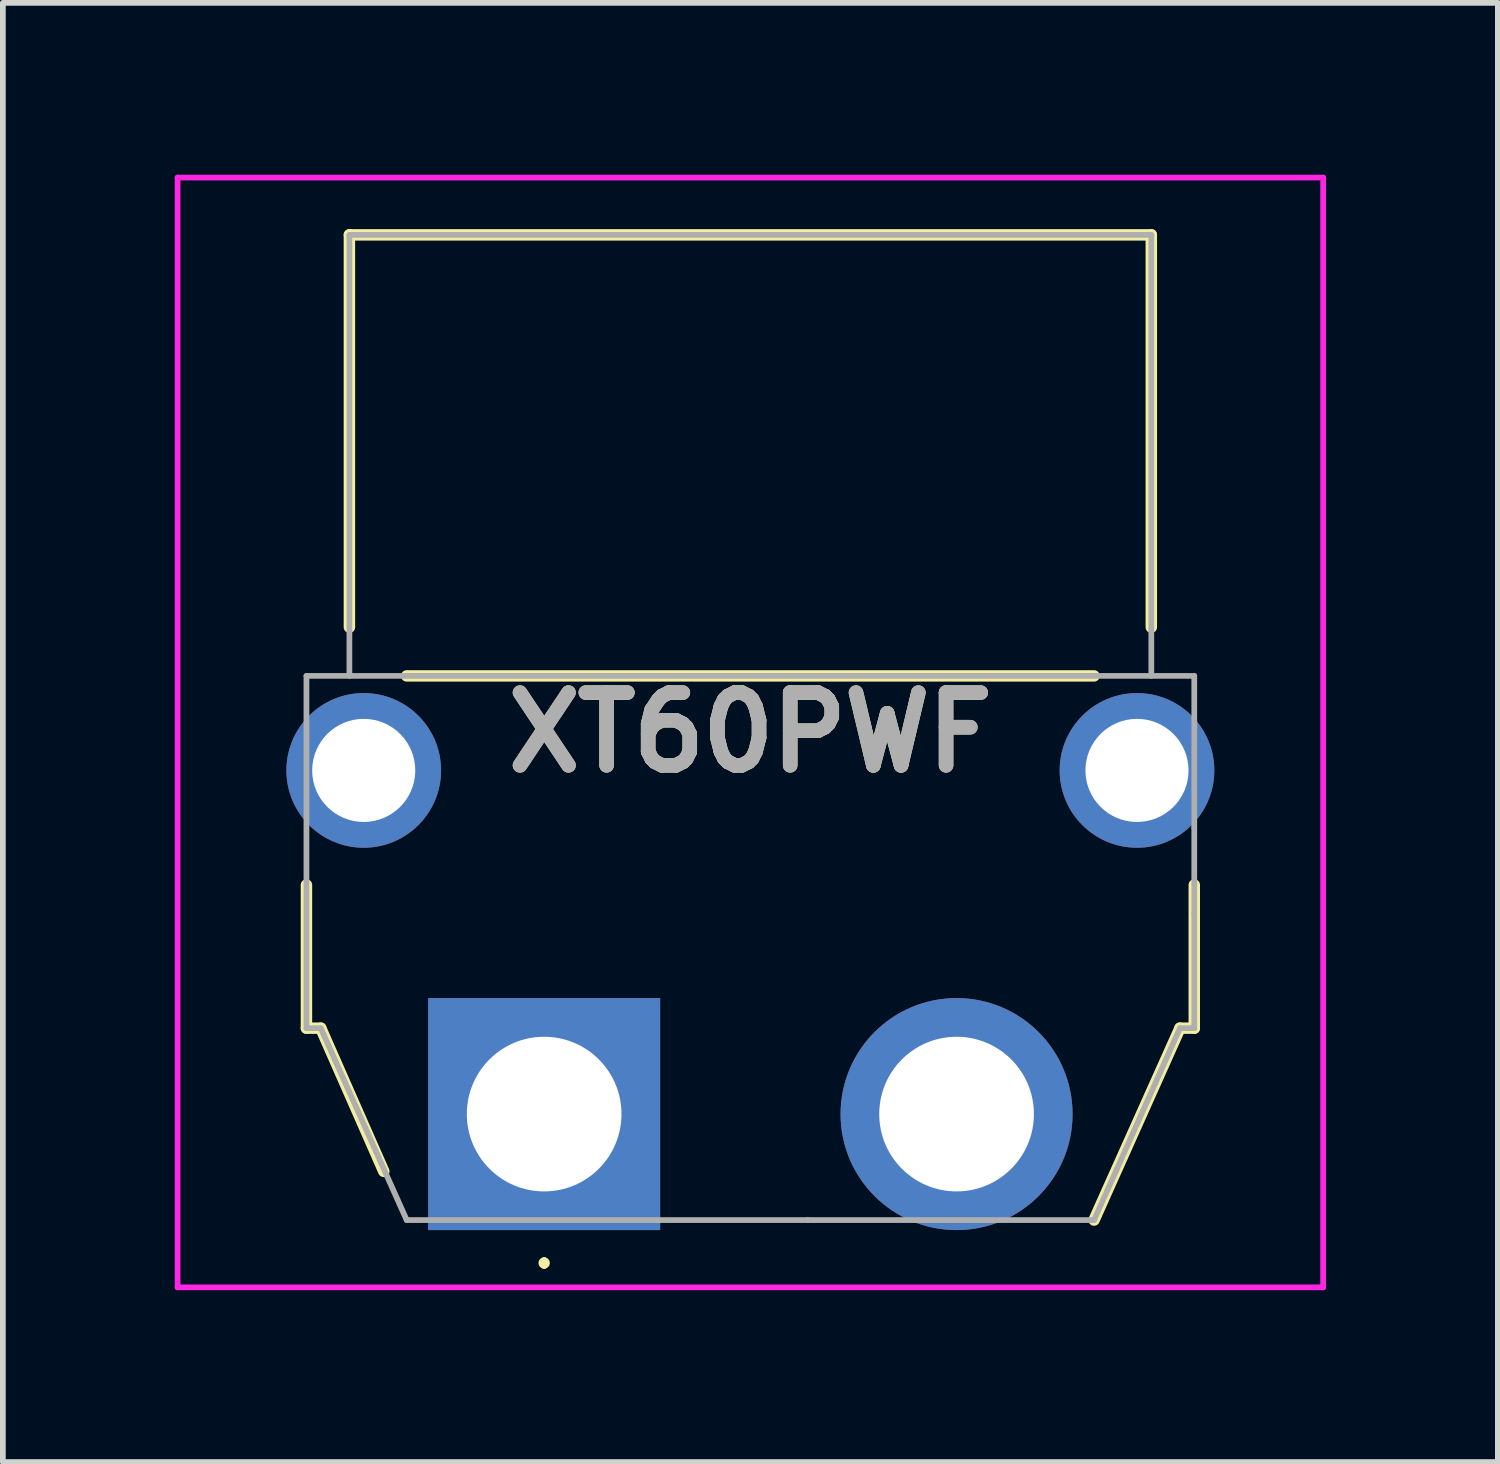
<source format=kicad_pcb>
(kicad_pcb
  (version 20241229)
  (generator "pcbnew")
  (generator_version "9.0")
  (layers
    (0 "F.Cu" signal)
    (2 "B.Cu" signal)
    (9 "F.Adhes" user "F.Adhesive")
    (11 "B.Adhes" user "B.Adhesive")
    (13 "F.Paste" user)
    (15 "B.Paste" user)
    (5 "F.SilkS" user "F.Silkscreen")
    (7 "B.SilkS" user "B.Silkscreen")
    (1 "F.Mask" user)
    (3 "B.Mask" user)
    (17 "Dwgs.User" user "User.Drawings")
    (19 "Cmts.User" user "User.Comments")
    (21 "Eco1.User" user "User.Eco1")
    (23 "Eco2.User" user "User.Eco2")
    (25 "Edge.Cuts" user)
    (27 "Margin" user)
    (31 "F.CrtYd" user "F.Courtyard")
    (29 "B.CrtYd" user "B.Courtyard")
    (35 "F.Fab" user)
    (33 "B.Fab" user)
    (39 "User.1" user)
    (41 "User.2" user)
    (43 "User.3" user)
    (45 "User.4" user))
  (footprint "XT60PWF"
    (layer "F.Cu")
    (at 6.45 16.4)
    (property "Reference" "XT60PWF" (at 3.6 -6.663 0) (layer "F.SilkS") (effects (font (size 1.27 1.27) (thickness 0.254))))
    (attr through_hole)
    (fp_line (start -4.15 -4) (end -4.15 -1.5) (stroke (width 0.2) (type solid)) (layer "F.SilkS"))
    (fp_line (start -4.15 -1.5) (end -3.9 -1.5) (stroke (width 0.2) (type solid)) (layer "F.SilkS"))
    (fp_line (start -3.9 -1.5) (end -2.8 1) (stroke (width 0.2) (type solid)) (layer "F.SilkS"))
    (fp_line (start -3.4 -15.35) (end -3.4 -8.5) (stroke (width 0.2) (type solid)) (layer "F.SilkS"))
    (fp_line (start 0 2.55) (end 0 2.55) (stroke (width 0.1) (type solid)) (layer "F.SilkS"))
    (fp_line (start 0 2.65) (end 0 2.65) (stroke (width 0.1) (type solid)) (layer "F.SilkS"))
    (fp_line (start 9.6 -7.65) (end -2.4 -7.65) (stroke (width 0.2) (type solid)) (layer "F.SilkS"))
    (fp_line (start 10.6 -15.35) (end -3.4 -15.35) (stroke (width 0.2) (type solid)) (layer "F.SilkS"))
    (fp_line (start 10.6 -8.5) (end 10.6 -15.35) (stroke (width 0.2) (type solid)) (layer "F.SilkS"))
    (fp_line (start 11.1 -1.5) (end 9.6 1.85) (stroke (width 0.2) (type solid)) (layer "F.SilkS"))
    (fp_line (start 11.35 -4) (end 11.35 -1.5) (stroke (width 0.2) (type solid)) (layer "F.SilkS"))
    (fp_line (start 11.35 -1.5) (end 11.1 -1.5) (stroke (width 0.2) (type solid)) (layer "F.SilkS"))
    (fp_arc (start 0 2.55) (mid 0.05 2.6) (end 0 2.65) (stroke (width 0.1) (type solid)) (layer "F.SilkS"))
    (fp_arc (start 0 2.65) (mid -0.05 2.6) (end 0 2.55) (stroke (width 0.1) (type solid)) (layer "F.SilkS"))
    (fp_line (start -6.4 -16.35) (end -6.4 3.025) (stroke (width 0.1) (type solid)) (layer "F.CrtYd"))
    (fp_line (start -6.4 3.025) (end 13.6 3.025) (stroke (width 0.1) (type solid)) (layer "F.CrtYd"))
    (fp_line (start 13.6 -16.35) (end -6.4 -16.35) (stroke (width 0.1) (type solid)) (layer "F.CrtYd"))
    (fp_line (start 13.6 3.025) (end 13.6 -16.35) (stroke (width 0.1) (type solid)) (layer "F.CrtYd"))
    (fp_line (start -4.15 -7.65) (end -4.15 -1.5) (stroke (width 0.1) (type solid)) (layer "F.Fab"))
    (fp_line (start -4.15 -1.5) (end -3.9 -1.5) (stroke (width 0.1) (type solid)) (layer "F.Fab"))
    (fp_line (start -3.9 -1.5) (end -2.4 1.85) (stroke (width 0.1) (type solid)) (layer "F.Fab"))
    (fp_line (start -3.4 -15.35) (end -3.4 -7.65) (stroke (width 0.1) (type solid)) (layer "F.Fab"))
    (fp_line (start -2.4 1.85) (end 4.6 1.85) (stroke (width 0.1) (type solid)) (layer "F.Fab"))
    (fp_line (start 4.6 1.85) (end 9.6 1.85) (stroke (width 0.1) (type solid)) (layer "F.Fab"))
    (fp_line (start 9.6 1.85) (end 11.1 -1.5) (stroke (width 0.1) (type solid)) (layer "F.Fab"))
    (fp_line (start 10.6 -15.35) (end -3.4 -15.35) (stroke (width 0.1) (type solid)) (layer "F.Fab"))
    (fp_line (start 10.6 -7.65) (end 10.6 -15.35) (stroke (width 0.1) (type solid)) (layer "F.Fab"))
    (fp_line (start 11.1 -1.5) (end 11.35 -1.5) (stroke (width 0.1) (type solid)) (layer "F.Fab"))
    (fp_line (start 11.35 -7.65) (end -4.15 -7.65) (stroke (width 0.1) (type solid)) (layer "F.Fab"))
    (fp_line (start 11.35 -5) (end 11.35 -7.65) (stroke (width 0.1) (type solid)) (layer "F.Fab"))
    (fp_line (start 11.35 -3.5) (end 11.35 -5) (stroke (width 0.1) (type solid)) (layer "F.Fab"))
    (fp_line (start 11.35 -1.5) (end 11.35 -3.5) (stroke (width 0.1) (type solid)) (layer "F.Fab"))
    (fp_text user "${REFERENCE}" (at 3.6 -6.663 0) (layer "F.Fab") (effects (font (size 1.27 1.27) (thickness 0.254))))
    (pad "1" thru_hole rect (at 0 0) (size 4.05 4.05) (drill 2.7) (layers "*.Cu" "*.Mask"))
    (pad "2" thru_hole circle (at 7.2 0) (size 4.05 4.05) (drill 2.7) (layers "*.Cu" "*.Mask"))
    (pad "3" thru_hole circle (at -3.15 -6) (size 2.7 2.7) (drill 1.8) (layers "*.Cu" "*.Mask"))
    (pad "4" thru_hole circle (at 10.35 -6) (size 2.7 2.7) (drill 1.8) (layers "*.Cu" "*.Mask")))
  (gr_rect
    (start -3 -3)
    (end 23.1 22.475)
    (stroke (width 0.1) (type default))
    (fill no)
    (layer "Edge.Cuts")))
</source>
